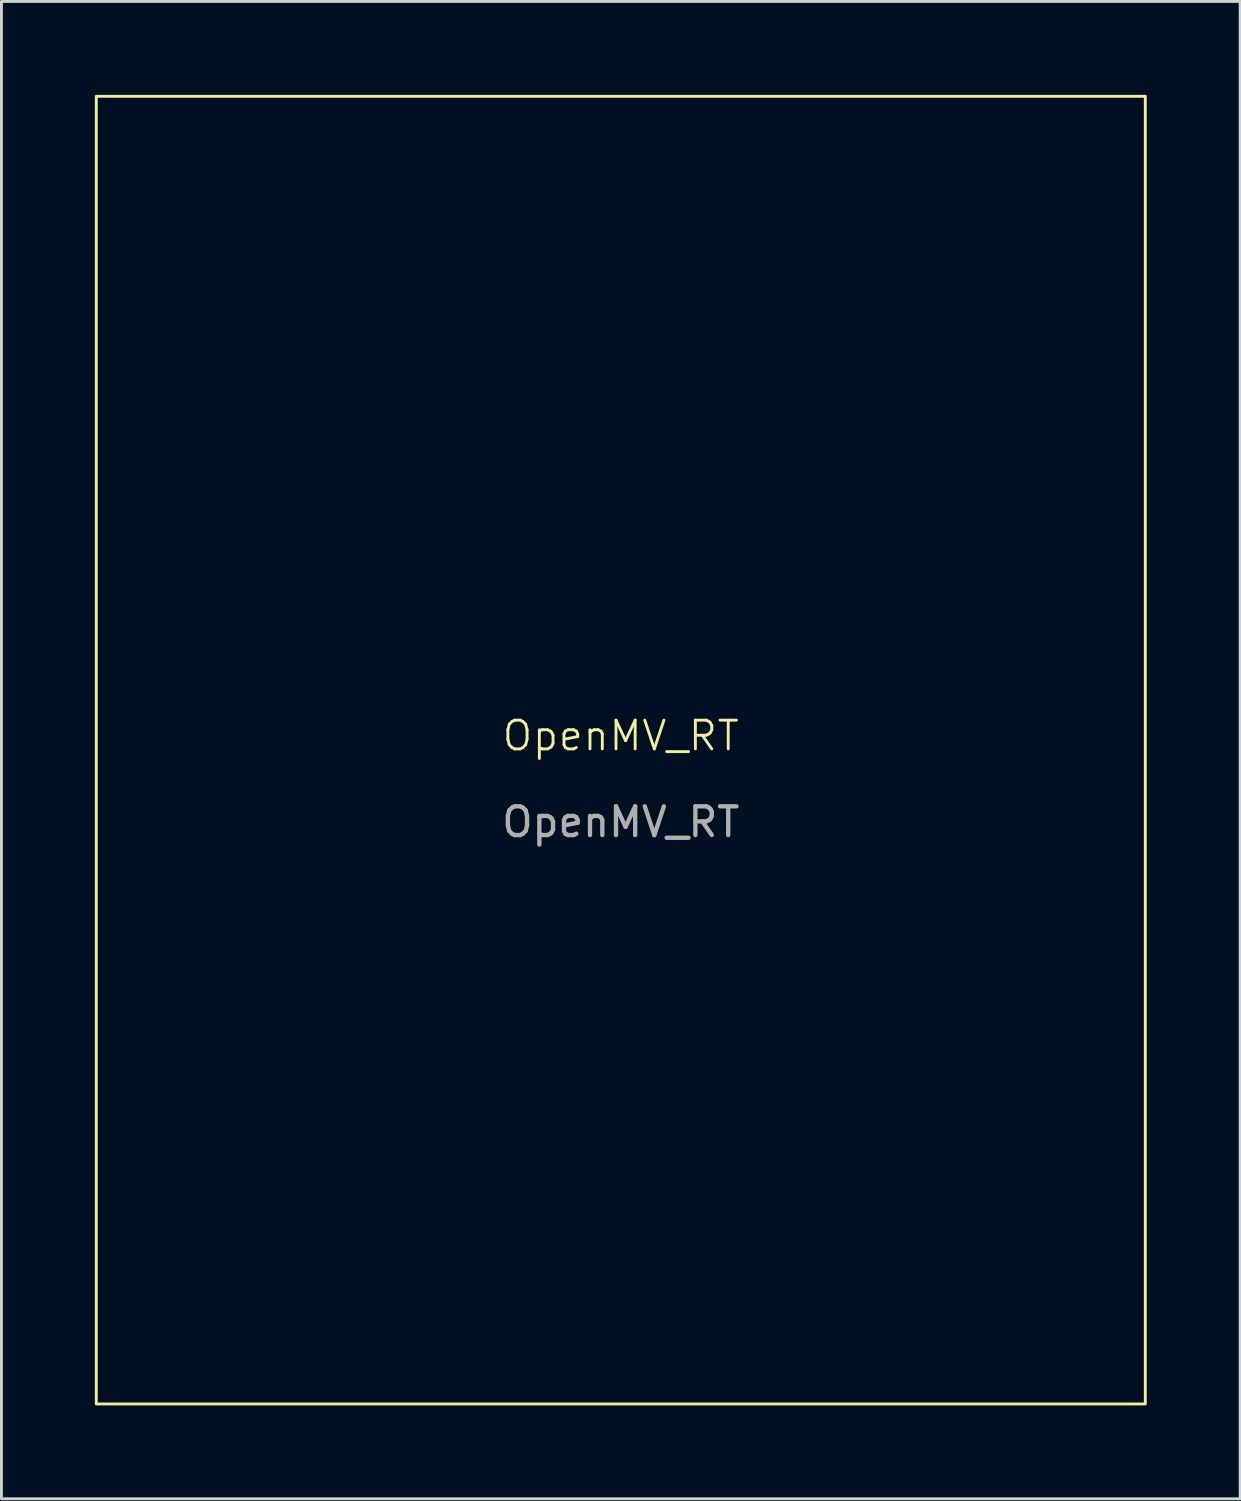
<source format=kicad_pcb>
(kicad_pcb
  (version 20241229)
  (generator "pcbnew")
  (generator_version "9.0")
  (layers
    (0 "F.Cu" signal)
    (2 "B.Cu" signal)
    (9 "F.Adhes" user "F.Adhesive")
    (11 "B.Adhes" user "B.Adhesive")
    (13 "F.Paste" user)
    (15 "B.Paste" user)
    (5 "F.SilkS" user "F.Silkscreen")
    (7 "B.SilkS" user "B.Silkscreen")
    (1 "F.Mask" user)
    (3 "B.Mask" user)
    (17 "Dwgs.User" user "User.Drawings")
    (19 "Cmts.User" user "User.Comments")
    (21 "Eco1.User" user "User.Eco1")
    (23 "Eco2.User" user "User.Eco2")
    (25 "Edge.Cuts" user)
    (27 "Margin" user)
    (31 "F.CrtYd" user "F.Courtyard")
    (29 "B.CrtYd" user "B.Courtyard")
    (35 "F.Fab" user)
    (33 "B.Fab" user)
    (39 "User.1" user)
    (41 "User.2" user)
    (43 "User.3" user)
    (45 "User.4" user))
  (footprint "OpenMV_RT"
    (layer "F.Cu")
    (at 18.55 23.05)
    (property "Reference" "OpenMV_RT" (at 0 -0.5 0) (unlocked yes) (layer "F.SilkS") (effects (font (size 1 1) (thickness 0.1))))
    (attr through_hole)
    (fp_rect (start 18.25 -22.75) (end -18.25 22.75) (stroke (width 0.1) (type default)) (fill no) (layer "F.SilkS"))
    (fp_rect (start -18.5 23) (end 18.5 -23) (stroke (width 0.1) (type default)) (fill no) (layer "Margin"))
    (fp_text user "${REFERENCE}" (at 0 2.5 0) (unlocked yes) (layer "F.Fab") (effects (font (size 1 1) (thickness 0.15)))))
  (gr_rect
    (start -3 -3)
    (end 40.1 49.1)
    (stroke (width 0.1) (type default))
    (fill no)
    (layer "Edge.Cuts")))
</source>
